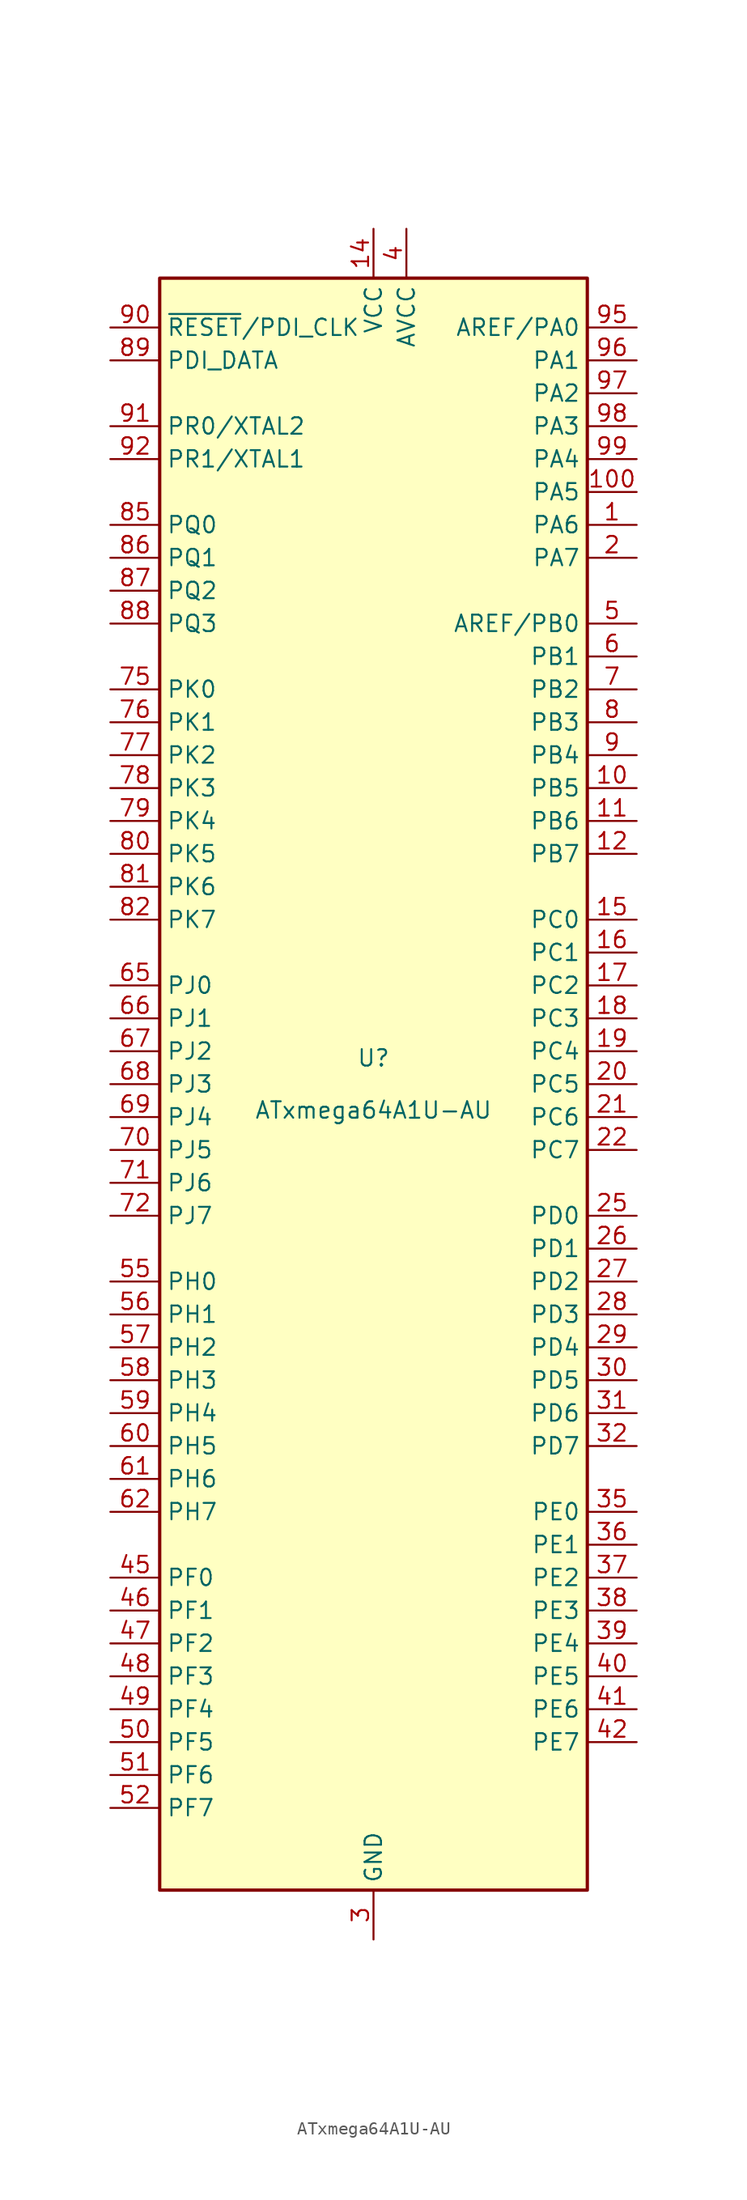
<source format=kicad_sym>
(kicad_symbol_lib
  (version 20201005)
  (generator kicad_symbol_editor)
  (symbol "ATxmega64A1U-AU"
    (property "Reference" "U"
      (at 0 1.27 0)
      (effects (font (size 1.27 1.27)) (justify bottom)))
    (property "Value" "ATxmega64A1U-AU"
      (at 0 -1.27 0)
      (effects (font (size 1.27 1.27)) (justify top)))
    (symbol "ATxmega64A1U-AU_0_1"
      (rectangle (start -16.51 -62.23) (end 16.51 62.23) (stroke (width 0.254)) (fill (type background))))
    (symbol "ATxmega64A1U-AU_1_1"
      (pin tri_state line (at 20.32 43.18 180) (length 3.81) (name "PA6" (effects (font (size 1.27 1.27)))) (number "1" (effects (font (size 1.27 1.27)))))
      (pin tri_state line (at 20.32 22.86 180) (length 3.81) (name "PB5" (effects (font (size 1.27 1.27)))) (number "10" (effects (font (size 1.27 1.27)))))
      (pin tri_state line (at 20.32 45.72 180) (length 3.81) (name "PA5" (effects (font (size 1.27 1.27)))) (number "100" (effects (font (size 1.27 1.27)))))
      (pin tri_state line (at 20.32 20.32 180) (length 3.81) (name "PB6" (effects (font (size 1.27 1.27)))) (number "11" (effects (font (size 1.27 1.27)))))
      (pin tri_state line (at 20.32 17.78 180) (length 3.81) (name "PB7" (effects (font (size 1.27 1.27)))) (number "12" (effects (font (size 1.27 1.27)))))
      (pin passive line (at 0 -66.04 90) (length 3.81) hide (name "GND" (effects (font (size 1.27 1.27)))) (number "13" (effects (font (size 1.27 1.27)))))
      (pin power_in line (at 0 66.04 270) (length 3.81) (name "VCC" (effects (font (size 1.27 1.27)))) (number "14" (effects (font (size 1.27 1.27)))))
      (pin tri_state line (at 20.32 12.7 180) (length 3.81) (name "PC0" (effects (font (size 1.27 1.27)))) (number "15" (effects (font (size 1.27 1.27)))))
      (pin tri_state line (at 20.32 10.16 180) (length 3.81) (name "PC1" (effects (font (size 1.27 1.27)))) (number "16" (effects (font (size 1.27 1.27)))))
      (pin tri_state line (at 20.32 7.62 180) (length 3.81) (name "PC2" (effects (font (size 1.27 1.27)))) (number "17" (effects (font (size 1.27 1.27)))))
      (pin tri_state line (at 20.32 5.08 180) (length 3.81) (name "PC3" (effects (font (size 1.27 1.27)))) (number "18" (effects (font (size 1.27 1.27)))))
      (pin tri_state line (at 20.32 2.54 180) (length 3.81) (name "PC4" (effects (font (size 1.27 1.27)))) (number "19" (effects (font (size 1.27 1.27)))))
      (pin tri_state line (at 20.32 40.64 180) (length 3.81) (name "PA7" (effects (font (size 1.27 1.27)))) (number "2" (effects (font (size 1.27 1.27)))))
      (pin tri_state line (at 20.32 0 180) (length 3.81) (name "PC5" (effects (font (size 1.27 1.27)))) (number "20" (effects (font (size 1.27 1.27)))))
      (pin tri_state line (at 20.32 -2.54 180) (length 3.81) (name "PC6" (effects (font (size 1.27 1.27)))) (number "21" (effects (font (size 1.27 1.27)))))
      (pin tri_state line (at 20.32 -5.08 180) (length 3.81) (name "PC7" (effects (font (size 1.27 1.27)))) (number "22" (effects (font (size 1.27 1.27)))))
      (pin passive line (at 0 -66.04 90) (length 3.81) hide (name "GND" (effects (font (size 1.27 1.27)))) (number "23" (effects (font (size 1.27 1.27)))))
      (pin passive line (at 0 66.04 270) (length 3.81) hide (name "VCC" (effects (font (size 1.27 1.27)))) (number "24" (effects (font (size 1.27 1.27)))))
      (pin tri_state line (at 20.32 -10.16 180) (length 3.81) (name "PD0" (effects (font (size 1.27 1.27)))) (number "25" (effects (font (size 1.27 1.27)))))
      (pin tri_state line (at 20.32 -12.7 180) (length 3.81) (name "PD1" (effects (font (size 1.27 1.27)))) (number "26" (effects (font (size 1.27 1.27)))))
      (pin tri_state line (at 20.32 -15.24 180) (length 3.81) (name "PD2" (effects (font (size 1.27 1.27)))) (number "27" (effects (font (size 1.27 1.27)))))
      (pin tri_state line (at 20.32 -17.78 180) (length 3.81) (name "PD3" (effects (font (size 1.27 1.27)))) (number "28" (effects (font (size 1.27 1.27)))))
      (pin tri_state line (at 20.32 -20.32 180) (length 3.81) (name "PD4" (effects (font (size 1.27 1.27)))) (number "29" (effects (font (size 1.27 1.27)))))
      (pin power_in line (at 0 -66.04 90) (length 3.81) (name "GND" (effects (font (size 1.27 1.27)))) (number "3" (effects (font (size 1.27 1.27)))))
      (pin tri_state line (at 20.32 -22.86 180) (length 3.81) (name "PD5" (effects (font (size 1.27 1.27)))) (number "30" (effects (font (size 1.27 1.27)))))
      (pin tri_state line (at 20.32 -25.4 180) (length 3.81) (name "PD6" (effects (font (size 1.27 1.27)))) (number "31" (effects (font (size 1.27 1.27)))))
      (pin tri_state line (at 20.32 -27.94 180) (length 3.81) (name "PD7" (effects (font (size 1.27 1.27)))) (number "32" (effects (font (size 1.27 1.27)))))
      (pin passive line (at 0 -66.04 90) (length 3.81) hide (name "GND" (effects (font (size 1.27 1.27)))) (number "33" (effects (font (size 1.27 1.27)))))
      (pin passive line (at 0 66.04 270) (length 3.81) hide (name "VCC" (effects (font (size 1.27 1.27)))) (number "34" (effects (font (size 1.27 1.27)))))
      (pin tri_state line (at 20.32 -33.02 180) (length 3.81) (name "PE0" (effects (font (size 1.27 1.27)))) (number "35" (effects (font (size 1.27 1.27)))))
      (pin tri_state line (at 20.32 -35.56 180) (length 3.81) (name "PE1" (effects (font (size 1.27 1.27)))) (number "36" (effects (font (size 1.27 1.27)))))
      (pin tri_state line (at 20.32 -38.1 180) (length 3.81) (name "PE2" (effects (font (size 1.27 1.27)))) (number "37" (effects (font (size 1.27 1.27)))))
      (pin tri_state line (at 20.32 -40.64 180) (length 3.81) (name "PE3" (effects (font (size 1.27 1.27)))) (number "38" (effects (font (size 1.27 1.27)))))
      (pin tri_state line (at 20.32 -43.18 180) (length 3.81) (name "PE4" (effects (font (size 1.27 1.27)))) (number "39" (effects (font (size 1.27 1.27)))))
      (pin power_in line (at 2.54 66.04 270) (length 3.81) (name "AVCC" (effects (font (size 1.27 1.27)))) (number "4" (effects (font (size 1.27 1.27)))))
      (pin tri_state line (at 20.32 -45.72 180) (length 3.81) (name "PE5" (effects (font (size 1.27 1.27)))) (number "40" (effects (font (size 1.27 1.27)))))
      (pin tri_state line (at 20.32 -48.26 180) (length 3.81) (name "PE6" (effects (font (size 1.27 1.27)))) (number "41" (effects (font (size 1.27 1.27)))))
      (pin tri_state line (at 20.32 -50.8 180) (length 3.81) (name "PE7" (effects (font (size 1.27 1.27)))) (number "42" (effects (font (size 1.27 1.27)))))
      (pin passive line (at 0 -66.04 90) (length 3.81) hide (name "GND" (effects (font (size 1.27 1.27)))) (number "43" (effects (font (size 1.27 1.27)))))
      (pin passive line (at 0 66.04 270) (length 3.81) hide (name "VCC" (effects (font (size 1.27 1.27)))) (number "44" (effects (font (size 1.27 1.27)))))
      (pin tri_state line (at -20.32 -38.1 0) (length 3.81) (name "PF0" (effects (font (size 1.27 1.27)))) (number "45" (effects (font (size 1.27 1.27)))))
      (pin tri_state line (at -20.32 -40.64 0) (length 3.81) (name "PF1" (effects (font (size 1.27 1.27)))) (number "46" (effects (font (size 1.27 1.27)))))
      (pin tri_state line (at -20.32 -43.18 0) (length 3.81) (name "PF2" (effects (font (size 1.27 1.27)))) (number "47" (effects (font (size 1.27 1.27)))))
      (pin tri_state line (at -20.32 -45.72 0) (length 3.81) (name "PF3" (effects (font (size 1.27 1.27)))) (number "48" (effects (font (size 1.27 1.27)))))
      (pin tri_state line (at -20.32 -48.26 0) (length 3.81) (name "PF4" (effects (font (size 1.27 1.27)))) (number "49" (effects (font (size 1.27 1.27)))))
      (pin tri_state line (at 20.32 35.56 180) (length 3.81) (name "AREF/PB0" (effects (font (size 1.27 1.27)))) (number "5" (effects (font (size 1.27 1.27)))))
      (pin tri_state line (at -20.32 -50.8 0) (length 3.81) (name "PF5" (effects (font (size 1.27 1.27)))) (number "50" (effects (font (size 1.27 1.27)))))
      (pin tri_state line (at -20.32 -53.34 0) (length 3.81) (name "PF6" (effects (font (size 1.27 1.27)))) (number "51" (effects (font (size 1.27 1.27)))))
      (pin tri_state line (at -20.32 -55.88 0) (length 3.81) (name "PF7" (effects (font (size 1.27 1.27)))) (number "52" (effects (font (size 1.27 1.27)))))
      (pin passive line (at 0 -66.04 90) (length 3.81) hide (name "GND" (effects (font (size 1.27 1.27)))) (number "53" (effects (font (size 1.27 1.27)))))
      (pin passive line (at 0 66.04 270) (length 3.81) hide (name "VCC" (effects (font (size 1.27 1.27)))) (number "54" (effects (font (size 1.27 1.27)))))
      (pin tri_state line (at -20.32 -15.24 0) (length 3.81) (name "PH0" (effects (font (size 1.27 1.27)))) (number "55" (effects (font (size 1.27 1.27)))))
      (pin tri_state line (at -20.32 -17.78 0) (length 3.81) (name "PH1" (effects (font (size 1.27 1.27)))) (number "56" (effects (font (size 1.27 1.27)))))
      (pin tri_state line (at -20.32 -20.32 0) (length 3.81) (name "PH2" (effects (font (size 1.27 1.27)))) (number "57" (effects (font (size 1.27 1.27)))))
      (pin tri_state line (at -20.32 -22.86 0) (length 3.81) (name "PH3" (effects (font (size 1.27 1.27)))) (number "58" (effects (font (size 1.27 1.27)))))
      (pin tri_state line (at -20.32 -25.4 0) (length 3.81) (name "PH4" (effects (font (size 1.27 1.27)))) (number "59" (effects (font (size 1.27 1.27)))))
      (pin tri_state line (at 20.32 33.02 180) (length 3.81) (name "PB1" (effects (font (size 1.27 1.27)))) (number "6" (effects (font (size 1.27 1.27)))))
      (pin tri_state line (at -20.32 -27.94 0) (length 3.81) (name "PH5" (effects (font (size 1.27 1.27)))) (number "60" (effects (font (size 1.27 1.27)))))
      (pin tri_state line (at -20.32 -30.48 0) (length 3.81) (name "PH6" (effects (font (size 1.27 1.27)))) (number "61" (effects (font (size 1.27 1.27)))))
      (pin tri_state line (at -20.32 -33.02 0) (length 3.81) (name "PH7" (effects (font (size 1.27 1.27)))) (number "62" (effects (font (size 1.27 1.27)))))
      (pin passive line (at 0 -66.04 90) (length 3.81) hide (name "GND" (effects (font (size 1.27 1.27)))) (number "63" (effects (font (size 1.27 1.27)))))
      (pin passive line (at 0 66.04 270) (length 3.81) hide (name "VCC" (effects (font (size 1.27 1.27)))) (number "64" (effects (font (size 1.27 1.27)))))
      (pin tri_state line (at -20.32 7.62 0) (length 3.81) (name "PJ0" (effects (font (size 1.27 1.27)))) (number "65" (effects (font (size 1.27 1.27)))))
      (pin tri_state line (at -20.32 5.08 0) (length 3.81) (name "PJ1" (effects (font (size 1.27 1.27)))) (number "66" (effects (font (size 1.27 1.27)))))
      (pin tri_state line (at -20.32 2.54 0) (length 3.81) (name "PJ2" (effects (font (size 1.27 1.27)))) (number "67" (effects (font (size 1.27 1.27)))))
      (pin tri_state line (at -20.32 0 0) (length 3.81) (name "PJ3" (effects (font (size 1.27 1.27)))) (number "68" (effects (font (size 1.27 1.27)))))
      (pin tri_state line (at -20.32 -2.54 0) (length 3.81) (name "PJ4" (effects (font (size 1.27 1.27)))) (number "69" (effects (font (size 1.27 1.27)))))
      (pin tri_state line (at 20.32 30.48 180) (length 3.81) (name "PB2" (effects (font (size 1.27 1.27)))) (number "7" (effects (font (size 1.27 1.27)))))
      (pin tri_state line (at -20.32 -5.08 0) (length 3.81) (name "PJ5" (effects (font (size 1.27 1.27)))) (number "70" (effects (font (size 1.27 1.27)))))
      (pin tri_state line (at -20.32 -7.62 0) (length 3.81) (name "PJ6" (effects (font (size 1.27 1.27)))) (number "71" (effects (font (size 1.27 1.27)))))
      (pin tri_state line (at -20.32 -10.16 0) (length 3.81) (name "PJ7" (effects (font (size 1.27 1.27)))) (number "72" (effects (font (size 1.27 1.27)))))
      (pin passive line (at 0 -66.04 90) (length 3.81) hide (name "GND" (effects (font (size 1.27 1.27)))) (number "73" (effects (font (size 1.27 1.27)))))
      (pin passive line (at 0 66.04 270) (length 3.81) hide (name "VCC" (effects (font (size 1.27 1.27)))) (number "74" (effects (font (size 1.27 1.27)))))
      (pin tri_state line (at -20.32 30.48 0) (length 3.81) (name "PK0" (effects (font (size 1.27 1.27)))) (number "75" (effects (font (size 1.27 1.27)))))
      (pin tri_state line (at -20.32 27.94 0) (length 3.81) (name "PK1" (effects (font (size 1.27 1.27)))) (number "76" (effects (font (size 1.27 1.27)))))
      (pin tri_state line (at -20.32 25.4 0) (length 3.81) (name "PK2" (effects (font (size 1.27 1.27)))) (number "77" (effects (font (size 1.27 1.27)))))
      (pin tri_state line (at -20.32 22.86 0) (length 3.81) (name "PK3" (effects (font (size 1.27 1.27)))) (number "78" (effects (font (size 1.27 1.27)))))
      (pin tri_state line (at -20.32 20.32 0) (length 3.81) (name "PK4" (effects (font (size 1.27 1.27)))) (number "79" (effects (font (size 1.27 1.27)))))
      (pin tri_state line (at 20.32 27.94 180) (length 3.81) (name "PB3" (effects (font (size 1.27 1.27)))) (number "8" (effects (font (size 1.27 1.27)))))
      (pin tri_state line (at -20.32 17.78 0) (length 3.81) (name "PK5" (effects (font (size 1.27 1.27)))) (number "80" (effects (font (size 1.27 1.27)))))
      (pin tri_state line (at -20.32 15.24 0) (length 3.81) (name "PK6" (effects (font (size 1.27 1.27)))) (number "81" (effects (font (size 1.27 1.27)))))
      (pin tri_state line (at -20.32 12.7 0) (length 3.81) (name "PK7" (effects (font (size 1.27 1.27)))) (number "82" (effects (font (size 1.27 1.27)))))
      (pin passive line (at 0 66.04 270) (length 3.81) hide (name "VCC" (effects (font (size 1.27 1.27)))) (number "83" (effects (font (size 1.27 1.27)))))
      (pin passive line (at 0 -66.04 90) (length 3.81) hide (name "GND" (effects (font (size 1.27 1.27)))) (number "84" (effects (font (size 1.27 1.27)))))
      (pin tri_state line (at -20.32 43.18 0) (length 3.81) (name "PQ0" (effects (font (size 1.27 1.27)))) (number "85" (effects (font (size 1.27 1.27)))))
      (pin tri_state line (at -20.32 40.64 0) (length 3.81) (name "PQ1" (effects (font (size 1.27 1.27)))) (number "86" (effects (font (size 1.27 1.27)))))
      (pin tri_state line (at -20.32 38.1 0) (length 3.81) (name "PQ2" (effects (font (size 1.27 1.27)))) (number "87" (effects (font (size 1.27 1.27)))))
      (pin tri_state line (at -20.32 35.56 0) (length 3.81) (name "PQ3" (effects (font (size 1.27 1.27)))) (number "88" (effects (font (size 1.27 1.27)))))
      (pin bidirectional line (at -20.32 55.88 0) (length 3.81) (name "PDI_DATA" (effects (font (size 1.27 1.27)))) (number "89" (effects (font (size 1.27 1.27)))))
      (pin tri_state line (at 20.32 25.4 180) (length 3.81) (name "PB4" (effects (font (size 1.27 1.27)))) (number "9" (effects (font (size 1.27 1.27)))))
      (pin input line (at -20.32 58.42 0) (length 3.81) (name "~RESET~/PDI_CLK" (effects (font (size 1.27 1.27)))) (number "90" (effects (font (size 1.27 1.27)))))
      (pin tri_state line (at -20.32 50.8 0) (length 3.81) (name "PR0/XTAL2" (effects (font (size 1.27 1.27)))) (number "91" (effects (font (size 1.27 1.27)))))
      (pin tri_state line (at -20.32 48.26 0) (length 3.81) (name "PR1/XTAL1" (effects (font (size 1.27 1.27)))) (number "92" (effects (font (size 1.27 1.27)))))
      (pin passive line (at 0 -66.04 90) (length 3.81) hide (name "GND" (effects (font (size 1.27 1.27)))) (number "93" (effects (font (size 1.27 1.27)))))
      (pin passive line (at 2.54 66.04 270) (length 3.81) hide (name "AVCC" (effects (font (size 1.27 1.27)))) (number "94" (effects (font (size 1.27 1.27)))))
      (pin tri_state line (at 20.32 58.42 180) (length 3.81) (name "AREF/PA0" (effects (font (size 1.27 1.27)))) (number "95" (effects (font (size 1.27 1.27)))))
      (pin tri_state line (at 20.32 55.88 180) (length 3.81) (name "PA1" (effects (font (size 1.27 1.27)))) (number "96" (effects (font (size 1.27 1.27)))))
      (pin tri_state line (at 20.32 53.34 180) (length 3.81) (name "PA2" (effects (font (size 1.27 1.27)))) (number "97" (effects (font (size 1.27 1.27)))))
      (pin tri_state line (at 20.32 50.8 180) (length 3.81) (name "PA3" (effects (font (size 1.27 1.27)))) (number "98" (effects (font (size 1.27 1.27)))))
      (pin tri_state line (at 20.32 48.26 180) (length 3.81) (name "PA4" (effects (font (size 1.27 1.27)))) (number "99" (effects (font (size 1.27 1.27))))))))
</source>
